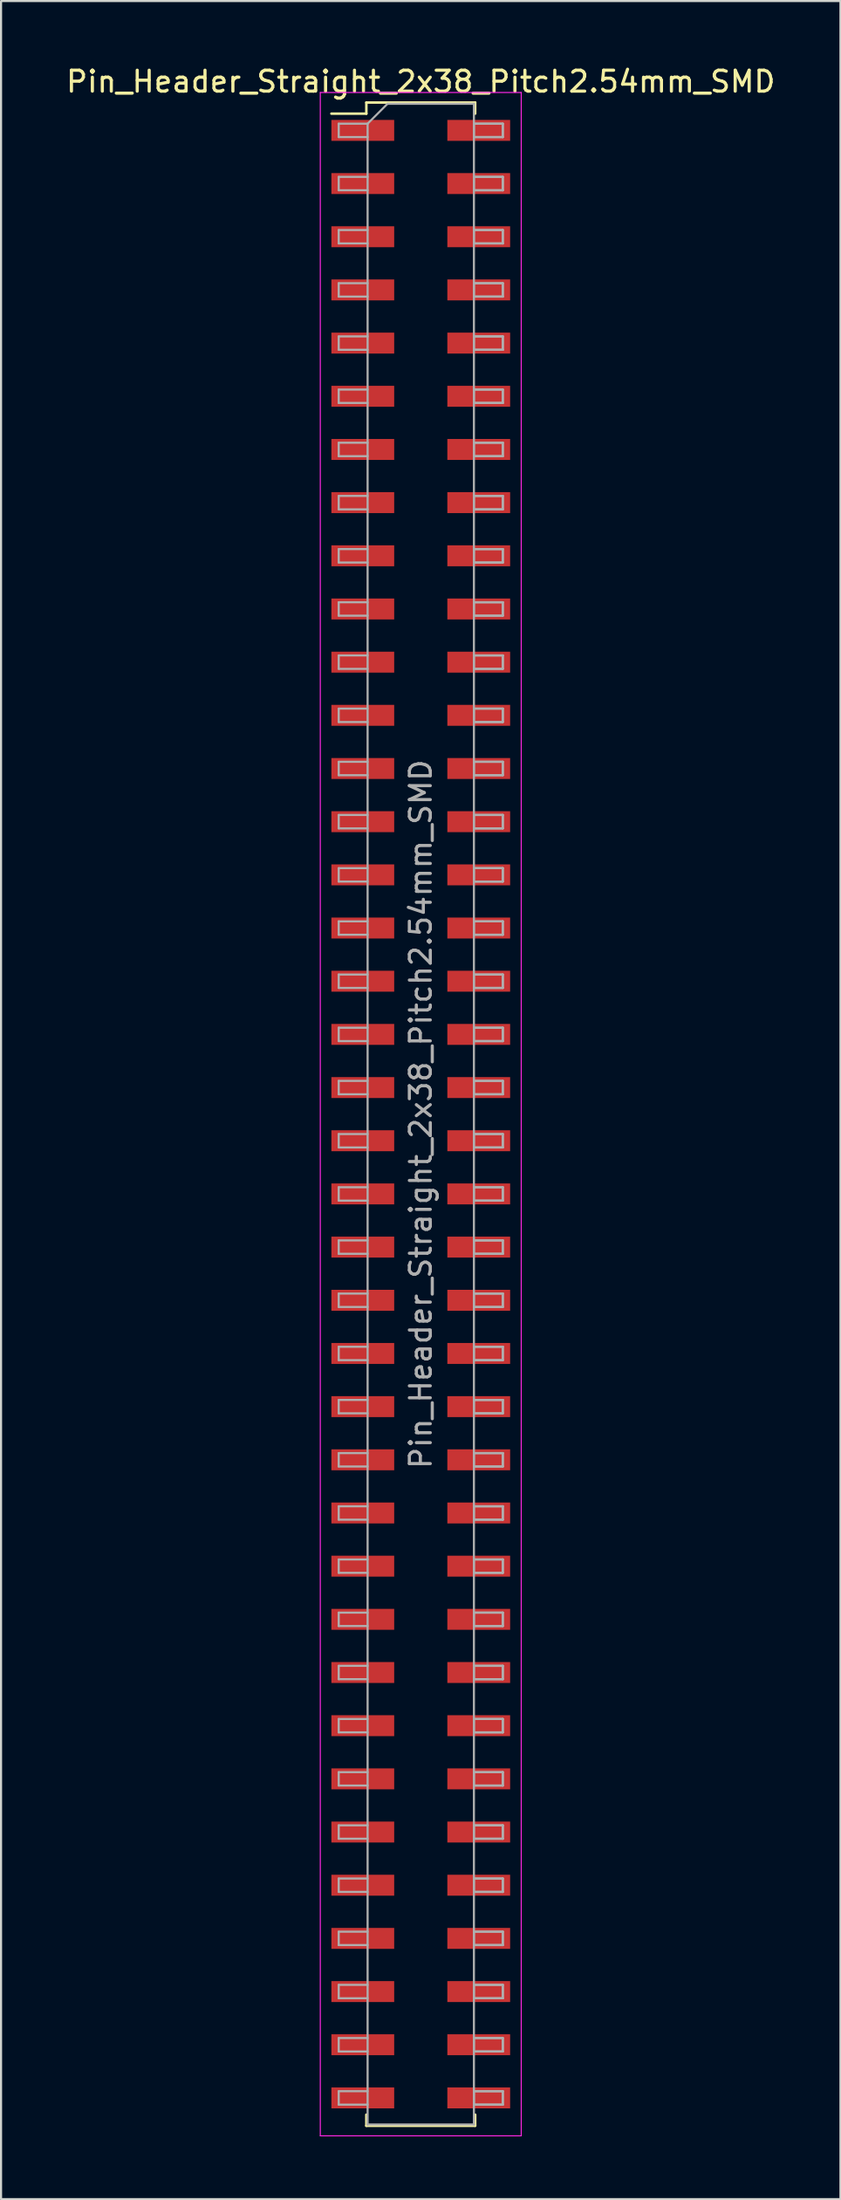
<source format=kicad_pcb>
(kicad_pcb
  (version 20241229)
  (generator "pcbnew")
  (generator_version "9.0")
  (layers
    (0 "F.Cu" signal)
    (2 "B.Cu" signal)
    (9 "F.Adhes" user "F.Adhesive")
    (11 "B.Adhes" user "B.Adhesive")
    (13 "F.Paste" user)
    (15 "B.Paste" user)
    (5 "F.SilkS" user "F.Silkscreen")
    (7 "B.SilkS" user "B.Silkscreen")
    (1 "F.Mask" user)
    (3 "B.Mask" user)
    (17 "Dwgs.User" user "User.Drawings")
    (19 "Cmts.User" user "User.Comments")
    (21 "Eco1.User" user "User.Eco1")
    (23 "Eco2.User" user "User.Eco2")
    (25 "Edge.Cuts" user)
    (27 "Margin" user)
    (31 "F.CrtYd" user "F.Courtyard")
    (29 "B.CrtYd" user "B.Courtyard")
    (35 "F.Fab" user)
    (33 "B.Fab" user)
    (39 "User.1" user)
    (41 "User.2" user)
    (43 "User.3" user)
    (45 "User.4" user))
  (footprint "Pin_Header_Straight_2x38_Pitch2.54mm_SMD"
    (layer "F.Cu")
    (at 17.054 50.168)
    (property "Reference" "Pin_Header_Straight_2x38_Pitch2.54mm_SMD" (at 0 -49.32 0) (layer "F.SilkS") (effects (font (size 1 1) (thickness 0.15))))
    (attr smd)
    (fp_line (start -4.27 -47.79) (end -2.6 -47.79) (stroke (width 0.12) (type solid)) (layer "F.SilkS"))
    (fp_line (start -2.6 -48.32) (end 2.6 -48.32) (stroke (width 0.12) (type solid)) (layer "F.SilkS"))
    (fp_line (start -2.6 -47.79) (end -2.6 -48.32) (stroke (width 0.12) (type solid)) (layer "F.SilkS"))
    (fp_line (start -2.6 47.79) (end -2.6 48.32) (stroke (width 0.12) (type solid)) (layer "F.SilkS"))
    (fp_line (start -2.6 48.32) (end 2.6 48.32) (stroke (width 0.12) (type solid)) (layer "F.SilkS"))
    (fp_line (start 2.6 -48.32) (end 2.6 -47.79) (stroke (width 0.12) (type solid)) (layer "F.SilkS"))
    (fp_line (start 2.6 48.32) (end 2.6 47.79) (stroke (width 0.12) (type solid)) (layer "F.SilkS"))
    (fp_line (start -4.8 -48.8) (end -4.8 48.8) (stroke (width 0.05) (type solid)) (layer "F.CrtYd"))
    (fp_line (start -4.8 48.8) (end 4.8 48.8) (stroke (width 0.05) (type solid)) (layer "F.CrtYd"))
    (fp_line (start 4.8 -48.8) (end -4.8 -48.8) (stroke (width 0.05) (type solid)) (layer "F.CrtYd"))
    (fp_line (start 4.8 48.8) (end 4.8 -48.8) (stroke (width 0.05) (type solid)) (layer "F.CrtYd"))
    (fp_line (start -3.92 -47.31) (end -3.92 -46.67) (stroke (width 0.1) (type solid)) (layer "F.Fab"))
    (fp_line (start -3.92 -46.67) (end -2.54 -46.67) (stroke (width 0.1) (type solid)) (layer "F.Fab"))
    (fp_line (start -3.92 -44.77) (end -3.92 -44.13) (stroke (width 0.1) (type solid)) (layer "F.Fab"))
    (fp_line (start -3.92 -44.13) (end -2.54 -44.13) (stroke (width 0.1) (type solid)) (layer "F.Fab"))
    (fp_line (start -3.92 -42.23) (end -3.92 -41.59) (stroke (width 0.1) (type solid)) (layer "F.Fab"))
    (fp_line (start -3.92 -41.59) (end -2.54 -41.59) (stroke (width 0.1) (type solid)) (layer "F.Fab"))
    (fp_line (start -3.92 -39.69) (end -3.92 -39.05) (stroke (width 0.1) (type solid)) (layer "F.Fab"))
    (fp_line (start -3.92 -39.05) (end -2.54 -39.05) (stroke (width 0.1) (type solid)) (layer "F.Fab"))
    (fp_line (start -3.92 -37.15) (end -3.92 -36.51) (stroke (width 0.1) (type solid)) (layer "F.Fab"))
    (fp_line (start -3.92 -36.51) (end -2.54 -36.51) (stroke (width 0.1) (type solid)) (layer "F.Fab"))
    (fp_line (start -3.92 -34.61) (end -3.92 -33.97) (stroke (width 0.1) (type solid)) (layer "F.Fab"))
    (fp_line (start -3.92 -33.97) (end -2.54 -33.97) (stroke (width 0.1) (type solid)) (layer "F.Fab"))
    (fp_line (start -3.92 -32.07) (end -3.92 -31.43) (stroke (width 0.1) (type solid)) (layer "F.Fab"))
    (fp_line (start -3.92 -31.43) (end -2.54 -31.43) (stroke (width 0.1) (type solid)) (layer "F.Fab"))
    (fp_line (start -3.92 -29.53) (end -3.92 -28.89) (stroke (width 0.1) (type solid)) (layer "F.Fab"))
    (fp_line (start -3.92 -28.89) (end -2.54 -28.89) (stroke (width 0.1) (type solid)) (layer "F.Fab"))
    (fp_line (start -3.92 -26.99) (end -3.92 -26.35) (stroke (width 0.1) (type solid)) (layer "F.Fab"))
    (fp_line (start -3.92 -26.35) (end -2.54 -26.35) (stroke (width 0.1) (type solid)) (layer "F.Fab"))
    (fp_line (start -3.92 -24.45) (end -3.92 -23.81) (stroke (width 0.1) (type solid)) (layer "F.Fab"))
    (fp_line (start -3.92 -23.81) (end -2.54 -23.81) (stroke (width 0.1) (type solid)) (layer "F.Fab"))
    (fp_line (start -3.92 -21.91) (end -3.92 -21.27) (stroke (width 0.1) (type solid)) (layer "F.Fab"))
    (fp_line (start -3.92 -21.27) (end -2.54 -21.27) (stroke (width 0.1) (type solid)) (layer "F.Fab"))
    (fp_line (start -3.92 -19.37) (end -3.92 -18.73) (stroke (width 0.1) (type solid)) (layer "F.Fab"))
    (fp_line (start -3.92 -18.73) (end -2.54 -18.73) (stroke (width 0.1) (type solid)) (layer "F.Fab"))
    (fp_line (start -3.92 -16.83) (end -3.92 -16.19) (stroke (width 0.1) (type solid)) (layer "F.Fab"))
    (fp_line (start -3.92 -16.19) (end -2.54 -16.19) (stroke (width 0.1) (type solid)) (layer "F.Fab"))
    (fp_line (start -3.92 -14.29) (end -3.92 -13.65) (stroke (width 0.1) (type solid)) (layer "F.Fab"))
    (fp_line (start -3.92 -13.65) (end -2.54 -13.65) (stroke (width 0.1) (type solid)) (layer "F.Fab"))
    (fp_line (start -3.92 -11.75) (end -3.92 -11.11) (stroke (width 0.1) (type solid)) (layer "F.Fab"))
    (fp_line (start -3.92 -11.11) (end -2.54 -11.11) (stroke (width 0.1) (type solid)) (layer "F.Fab"))
    (fp_line (start -3.92 -9.21) (end -3.92 -8.57) (stroke (width 0.1) (type solid)) (layer "F.Fab"))
    (fp_line (start -3.92 -8.57) (end -2.54 -8.57) (stroke (width 0.1) (type solid)) (layer "F.Fab"))
    (fp_line (start -3.92 -6.67) (end -3.92 -6.03) (stroke (width 0.1) (type solid)) (layer "F.Fab"))
    (fp_line (start -3.92 -6.03) (end -2.54 -6.03) (stroke (width 0.1) (type solid)) (layer "F.Fab"))
    (fp_line (start -3.92 -4.13) (end -3.92 -3.49) (stroke (width 0.1) (type solid)) (layer "F.Fab"))
    (fp_line (start -3.92 -3.49) (end -2.54 -3.49) (stroke (width 0.1) (type solid)) (layer "F.Fab"))
    (fp_line (start -3.92 -1.59) (end -3.92 -0.95) (stroke (width 0.1) (type solid)) (layer "F.Fab"))
    (fp_line (start -3.92 -0.95) (end -2.54 -0.95) (stroke (width 0.1) (type solid)) (layer "F.Fab"))
    (fp_line (start -3.92 0.95) (end -3.92 1.59) (stroke (width 0.1) (type solid)) (layer "F.Fab"))
    (fp_line (start -3.92 1.59) (end -2.54 1.59) (stroke (width 0.1) (type solid)) (layer "F.Fab"))
    (fp_line (start -3.92 3.49) (end -3.92 4.13) (stroke (width 0.1) (type solid)) (layer "F.Fab"))
    (fp_line (start -3.92 4.13) (end -2.54 4.13) (stroke (width 0.1) (type solid)) (layer "F.Fab"))
    (fp_line (start -3.92 6.03) (end -3.92 6.67) (stroke (width 0.1) (type solid)) (layer "F.Fab"))
    (fp_line (start -3.92 6.67) (end -2.54 6.67) (stroke (width 0.1) (type solid)) (layer "F.Fab"))
    (fp_line (start -3.92 8.57) (end -3.92 9.21) (stroke (width 0.1) (type solid)) (layer "F.Fab"))
    (fp_line (start -3.92 9.21) (end -2.54 9.21) (stroke (width 0.1) (type solid)) (layer "F.Fab"))
    (fp_line (start -3.92 11.11) (end -3.92 11.75) (stroke (width 0.1) (type solid)) (layer "F.Fab"))
    (fp_line (start -3.92 11.75) (end -2.54 11.75) (stroke (width 0.1) (type solid)) (layer "F.Fab"))
    (fp_line (start -3.92 13.65) (end -3.92 14.29) (stroke (width 0.1) (type solid)) (layer "F.Fab"))
    (fp_line (start -3.92 14.29) (end -2.54 14.29) (stroke (width 0.1) (type solid)) (layer "F.Fab"))
    (fp_line (start -3.92 16.19) (end -3.92 16.83) (stroke (width 0.1) (type solid)) (layer "F.Fab"))
    (fp_line (start -3.92 16.83) (end -2.54 16.83) (stroke (width 0.1) (type solid)) (layer "F.Fab"))
    (fp_line (start -3.92 18.73) (end -3.92 19.37) (stroke (width 0.1) (type solid)) (layer "F.Fab"))
    (fp_line (start -3.92 19.37) (end -2.54 19.37) (stroke (width 0.1) (type solid)) (layer "F.Fab"))
    (fp_line (start -3.92 21.27) (end -3.92 21.91) (stroke (width 0.1) (type solid)) (layer "F.Fab"))
    (fp_line (start -3.92 21.91) (end -2.54 21.91) (stroke (width 0.1) (type solid)) (layer "F.Fab"))
    (fp_line (start -3.92 23.81) (end -3.92 24.45) (stroke (width 0.1) (type solid)) (layer "F.Fab"))
    (fp_line (start -3.92 24.45) (end -2.54 24.45) (stroke (width 0.1) (type solid)) (layer "F.Fab"))
    (fp_line (start -3.92 26.35) (end -3.92 26.99) (stroke (width 0.1) (type solid)) (layer "F.Fab"))
    (fp_line (start -3.92 26.99) (end -2.54 26.99) (stroke (width 0.1) (type solid)) (layer "F.Fab"))
    (fp_line (start -3.92 28.89) (end -3.92 29.53) (stroke (width 0.1) (type solid)) (layer "F.Fab"))
    (fp_line (start -3.92 29.53) (end -2.54 29.53) (stroke (width 0.1) (type solid)) (layer "F.Fab"))
    (fp_line (start -3.92 31.43) (end -3.92 32.07) (stroke (width 0.1) (type solid)) (layer "F.Fab"))
    (fp_line (start -3.92 32.07) (end -2.54 32.07) (stroke (width 0.1) (type solid)) (layer "F.Fab"))
    (fp_line (start -3.92 33.97) (end -3.92 34.61) (stroke (width 0.1) (type solid)) (layer "F.Fab"))
    (fp_line (start -3.92 34.61) (end -2.54 34.61) (stroke (width 0.1) (type solid)) (layer "F.Fab"))
    (fp_line (start -3.92 36.51) (end -3.92 37.15) (stroke (width 0.1) (type solid)) (layer "F.Fab"))
    (fp_line (start -3.92 37.15) (end -2.54 37.15) (stroke (width 0.1) (type solid)) (layer "F.Fab"))
    (fp_line (start -3.92 39.05) (end -3.92 39.69) (stroke (width 0.1) (type solid)) (layer "F.Fab"))
    (fp_line (start -3.92 39.69) (end -2.54 39.69) (stroke (width 0.1) (type solid)) (layer "F.Fab"))
    (fp_line (start -3.92 41.59) (end -3.92 42.23) (stroke (width 0.1) (type solid)) (layer "F.Fab"))
    (fp_line (start -3.92 42.23) (end -2.54 42.23) (stroke (width 0.1) (type solid)) (layer "F.Fab"))
    (fp_line (start -3.92 44.13) (end -3.92 44.77) (stroke (width 0.1) (type solid)) (layer "F.Fab"))
    (fp_line (start -3.92 44.77) (end -2.54 44.77) (stroke (width 0.1) (type solid)) (layer "F.Fab"))
    (fp_line (start -3.92 46.67) (end -3.92 47.31) (stroke (width 0.1) (type solid)) (layer "F.Fab"))
    (fp_line (start -3.92 47.31) (end -2.54 47.31) (stroke (width 0.1) (type solid)) (layer "F.Fab"))
    (fp_line (start -2.54 -47.31) (end -3.92 -47.31) (stroke (width 0.1) (type solid)) (layer "F.Fab"))
    (fp_line (start -2.54 -47.31) (end -1.59 -48.26) (stroke (width 0.1) (type solid)) (layer "F.Fab"))
    (fp_line (start -2.54 -44.77) (end -3.92 -44.77) (stroke (width 0.1) (type solid)) (layer "F.Fab"))
    (fp_line (start -2.54 -42.23) (end -3.92 -42.23) (stroke (width 0.1) (type solid)) (layer "F.Fab"))
    (fp_line (start -2.54 -39.69) (end -3.92 -39.69) (stroke (width 0.1) (type solid)) (layer "F.Fab"))
    (fp_line (start -2.54 -37.15) (end -3.92 -37.15) (stroke (width 0.1) (type solid)) (layer "F.Fab"))
    (fp_line (start -2.54 -34.61) (end -3.92 -34.61) (stroke (width 0.1) (type solid)) (layer "F.Fab"))
    (fp_line (start -2.54 -32.07) (end -3.92 -32.07) (stroke (width 0.1) (type solid)) (layer "F.Fab"))
    (fp_line (start -2.54 -29.53) (end -3.92 -29.53) (stroke (width 0.1) (type solid)) (layer "F.Fab"))
    (fp_line (start -2.54 -26.99) (end -3.92 -26.99) (stroke (width 0.1) (type solid)) (layer "F.Fab"))
    (fp_line (start -2.54 -24.45) (end -3.92 -24.45) (stroke (width 0.1) (type solid)) (layer "F.Fab"))
    (fp_line (start -2.54 -21.91) (end -3.92 -21.91) (stroke (width 0.1) (type solid)) (layer "F.Fab"))
    (fp_line (start -2.54 -19.37) (end -3.92 -19.37) (stroke (width 0.1) (type solid)) (layer "F.Fab"))
    (fp_line (start -2.54 -16.83) (end -3.92 -16.83) (stroke (width 0.1) (type solid)) (layer "F.Fab"))
    (fp_line (start -2.54 -14.29) (end -3.92 -14.29) (stroke (width 0.1) (type solid)) (layer "F.Fab"))
    (fp_line (start -2.54 -11.75) (end -3.92 -11.75) (stroke (width 0.1) (type solid)) (layer "F.Fab"))
    (fp_line (start -2.54 -9.21) (end -3.92 -9.21) (stroke (width 0.1) (type solid)) (layer "F.Fab"))
    (fp_line (start -2.54 -6.67) (end -3.92 -6.67) (stroke (width 0.1) (type solid)) (layer "F.Fab"))
    (fp_line (start -2.54 -4.13) (end -3.92 -4.13) (stroke (width 0.1) (type solid)) (layer "F.Fab"))
    (fp_line (start -2.54 -1.59) (end -3.92 -1.59) (stroke (width 0.1) (type solid)) (layer "F.Fab"))
    (fp_line (start -2.54 0.95) (end -3.92 0.95) (stroke (width 0.1) (type solid)) (layer "F.Fab"))
    (fp_line (start -2.54 3.49) (end -3.92 3.49) (stroke (width 0.1) (type solid)) (layer "F.Fab"))
    (fp_line (start -2.54 6.03) (end -3.92 6.03) (stroke (width 0.1) (type solid)) (layer "F.Fab"))
    (fp_line (start -2.54 8.57) (end -3.92 8.57) (stroke (width 0.1) (type solid)) (layer "F.Fab"))
    (fp_line (start -2.54 11.11) (end -3.92 11.11) (stroke (width 0.1) (type solid)) (layer "F.Fab"))
    (fp_line (start -2.54 13.65) (end -3.92 13.65) (stroke (width 0.1) (type solid)) (layer "F.Fab"))
    (fp_line (start -2.54 16.19) (end -3.92 16.19) (stroke (width 0.1) (type solid)) (layer "F.Fab"))
    (fp_line (start -2.54 18.73) (end -3.92 18.73) (stroke (width 0.1) (type solid)) (layer "F.Fab"))
    (fp_line (start -2.54 21.27) (end -3.92 21.27) (stroke (width 0.1) (type solid)) (layer "F.Fab"))
    (fp_line (start -2.54 23.81) (end -3.92 23.81) (stroke (width 0.1) (type solid)) (layer "F.Fab"))
    (fp_line (start -2.54 26.35) (end -3.92 26.35) (stroke (width 0.1) (type solid)) (layer "F.Fab"))
    (fp_line (start -2.54 28.89) (end -3.92 28.89) (stroke (width 0.1) (type solid)) (layer "F.Fab"))
    (fp_line (start -2.54 31.43) (end -3.92 31.43) (stroke (width 0.1) (type solid)) (layer "F.Fab"))
    (fp_line (start -2.54 33.97) (end -3.92 33.97) (stroke (width 0.1) (type solid)) (layer "F.Fab"))
    (fp_line (start -2.54 36.51) (end -3.92 36.51) (stroke (width 0.1) (type solid)) (layer "F.Fab"))
    (fp_line (start -2.54 39.05) (end -3.92 39.05) (stroke (width 0.1) (type solid)) (layer "F.Fab"))
    (fp_line (start -2.54 41.59) (end -3.92 41.59) (stroke (width 0.1) (type solid)) (layer "F.Fab"))
    (fp_line (start -2.54 44.13) (end -3.92 44.13) (stroke (width 0.1) (type solid)) (layer "F.Fab"))
    (fp_line (start -2.54 46.67) (end -3.92 46.67) (stroke (width 0.1) (type solid)) (layer "F.Fab"))
    (fp_line (start -2.54 48.26) (end -2.54 -47.31) (stroke (width 0.1) (type solid)) (layer "F.Fab"))
    (fp_line (start -1.59 -48.26) (end 2.54 -48.26) (stroke (width 0.1) (type solid)) (layer "F.Fab"))
    (fp_line (start 2.54 -48.26) (end 2.54 48.26) (stroke (width 0.1) (type solid)) (layer "F.Fab"))
    (fp_line (start 2.54 -47.31) (end 2.54 -46.67) (stroke (width 0.1) (type solid)) (layer "F.Fab"))
    (fp_line (start 2.54 -47.31) (end 3.92 -47.31) (stroke (width 0.1) (type solid)) (layer "F.Fab"))
    (fp_line (start 2.54 -46.67) (end 3.92 -46.67) (stroke (width 0.1) (type solid)) (layer "F.Fab"))
    (fp_line (start 2.54 -44.77) (end 2.54 -44.13) (stroke (width 0.1) (type solid)) (layer "F.Fab"))
    (fp_line (start 2.54 -44.77) (end 3.92 -44.77) (stroke (width 0.1) (type solid)) (layer "F.Fab"))
    (fp_line (start 2.54 -44.13) (end 3.92 -44.13) (stroke (width 0.1) (type solid)) (layer "F.Fab"))
    (fp_line (start 2.54 -42.23) (end 2.54 -41.59) (stroke (width 0.1) (type solid)) (layer "F.Fab"))
    (fp_line (start 2.54 -42.23) (end 3.92 -42.23) (stroke (width 0.1) (type solid)) (layer "F.Fab"))
    (fp_line (start 2.54 -41.59) (end 3.92 -41.59) (stroke (width 0.1) (type solid)) (layer "F.Fab"))
    (fp_line (start 2.54 -39.69) (end 2.54 -39.05) (stroke (width 0.1) (type solid)) (layer "F.Fab"))
    (fp_line (start 2.54 -39.69) (end 3.92 -39.69) (stroke (width 0.1) (type solid)) (layer "F.Fab"))
    (fp_line (start 2.54 -39.05) (end 3.92 -39.05) (stroke (width 0.1) (type solid)) (layer "F.Fab"))
    (fp_line (start 2.54 -37.15) (end 2.54 -36.51) (stroke (width 0.1) (type solid)) (layer "F.Fab"))
    (fp_line (start 2.54 -37.15) (end 3.92 -37.15) (stroke (width 0.1) (type solid)) (layer "F.Fab"))
    (fp_line (start 2.54 -36.51) (end 3.92 -36.51) (stroke (width 0.1) (type solid)) (layer "F.Fab"))
    (fp_line (start 2.54 -34.61) (end 2.54 -33.97) (stroke (width 0.1) (type solid)) (layer "F.Fab"))
    (fp_line (start 2.54 -34.61) (end 3.92 -34.61) (stroke (width 0.1) (type solid)) (layer "F.Fab"))
    (fp_line (start 2.54 -33.97) (end 3.92 -33.97) (stroke (width 0.1) (type solid)) (layer "F.Fab"))
    (fp_line (start 2.54 -32.07) (end 2.54 -31.43) (stroke (width 0.1) (type solid)) (layer "F.Fab"))
    (fp_line (start 2.54 -32.07) (end 3.92 -32.07) (stroke (width 0.1) (type solid)) (layer "F.Fab"))
    (fp_line (start 2.54 -31.43) (end 3.92 -31.43) (stroke (width 0.1) (type solid)) (layer "F.Fab"))
    (fp_line (start 2.54 -29.53) (end 2.54 -28.89) (stroke (width 0.1) (type solid)) (layer "F.Fab"))
    (fp_line (start 2.54 -29.53) (end 3.92 -29.53) (stroke (width 0.1) (type solid)) (layer "F.Fab"))
    (fp_line (start 2.54 -28.89) (end 3.92 -28.89) (stroke (width 0.1) (type solid)) (layer "F.Fab"))
    (fp_line (start 2.54 -26.99) (end 2.54 -26.35) (stroke (width 0.1) (type solid)) (layer "F.Fab"))
    (fp_line (start 2.54 -26.99) (end 3.92 -26.99) (stroke (width 0.1) (type solid)) (layer "F.Fab"))
    (fp_line (start 2.54 -26.35) (end 3.92 -26.35) (stroke (width 0.1) (type solid)) (layer "F.Fab"))
    (fp_line (start 2.54 -24.45) (end 2.54 -23.81) (stroke (width 0.1) (type solid)) (layer "F.Fab"))
    (fp_line (start 2.54 -24.45) (end 3.92 -24.45) (stroke (width 0.1) (type solid)) (layer "F.Fab"))
    (fp_line (start 2.54 -23.81) (end 3.92 -23.81) (stroke (width 0.1) (type solid)) (layer "F.Fab"))
    (fp_line (start 2.54 -21.91) (end 2.54 -21.27) (stroke (width 0.1) (type solid)) (layer "F.Fab"))
    (fp_line (start 2.54 -21.91) (end 3.92 -21.91) (stroke (width 0.1) (type solid)) (layer "F.Fab"))
    (fp_line (start 2.54 -21.27) (end 3.92 -21.27) (stroke (width 0.1) (type solid)) (layer "F.Fab"))
    (fp_line (start 2.54 -19.37) (end 2.54 -18.73) (stroke (width 0.1) (type solid)) (layer "F.Fab"))
    (fp_line (start 2.54 -19.37) (end 3.92 -19.37) (stroke (width 0.1) (type solid)) (layer "F.Fab"))
    (fp_line (start 2.54 -18.73) (end 3.92 -18.73) (stroke (width 0.1) (type solid)) (layer "F.Fab"))
    (fp_line (start 2.54 -16.83) (end 2.54 -16.19) (stroke (width 0.1) (type solid)) (layer "F.Fab"))
    (fp_line (start 2.54 -16.83) (end 3.92 -16.83) (stroke (width 0.1) (type solid)) (layer "F.Fab"))
    (fp_line (start 2.54 -16.19) (end 3.92 -16.19) (stroke (width 0.1) (type solid)) (layer "F.Fab"))
    (fp_line (start 2.54 -14.29) (end 2.54 -13.65) (stroke (width 0.1) (type solid)) (layer "F.Fab"))
    (fp_line (start 2.54 -14.29) (end 3.92 -14.29) (stroke (width 0.1) (type solid)) (layer "F.Fab"))
    (fp_line (start 2.54 -13.65) (end 3.92 -13.65) (stroke (width 0.1) (type solid)) (layer "F.Fab"))
    (fp_line (start 2.54 -11.75) (end 2.54 -11.11) (stroke (width 0.1) (type solid)) (layer "F.Fab"))
    (fp_line (start 2.54 -11.75) (end 3.92 -11.75) (stroke (width 0.1) (type solid)) (layer "F.Fab"))
    (fp_line (start 2.54 -11.11) (end 3.92 -11.11) (stroke (width 0.1) (type solid)) (layer "F.Fab"))
    (fp_line (start 2.54 -9.21) (end 2.54 -8.57) (stroke (width 0.1) (type solid)) (layer "F.Fab"))
    (fp_line (start 2.54 -9.21) (end 3.92 -9.21) (stroke (width 0.1) (type solid)) (layer "F.Fab"))
    (fp_line (start 2.54 -8.57) (end 3.92 -8.57) (stroke (width 0.1) (type solid)) (layer "F.Fab"))
    (fp_line (start 2.54 -6.67) (end 2.54 -6.03) (stroke (width 0.1) (type solid)) (layer "F.Fab"))
    (fp_line (start 2.54 -6.67) (end 3.92 -6.67) (stroke (width 0.1) (type solid)) (layer "F.Fab"))
    (fp_line (start 2.54 -6.03) (end 3.92 -6.03) (stroke (width 0.1) (type solid)) (layer "F.Fab"))
    (fp_line (start 2.54 -4.13) (end 2.54 -3.49) (stroke (width 0.1) (type solid)) (layer "F.Fab"))
    (fp_line (start 2.54 -4.13) (end 3.92 -4.13) (stroke (width 0.1) (type solid)) (layer "F.Fab"))
    (fp_line (start 2.54 -3.49) (end 3.92 -3.49) (stroke (width 0.1) (type solid)) (layer "F.Fab"))
    (fp_line (start 2.54 -1.59) (end 2.54 -0.95) (stroke (width 0.1) (type solid)) (layer "F.Fab"))
    (fp_line (start 2.54 -1.59) (end 3.92 -1.59) (stroke (width 0.1) (type solid)) (layer "F.Fab"))
    (fp_line (start 2.54 -0.95) (end 3.92 -0.95) (stroke (width 0.1) (type solid)) (layer "F.Fab"))
    (fp_line (start 2.54 0.95) (end 2.54 1.59) (stroke (width 0.1) (type solid)) (layer "F.Fab"))
    (fp_line (start 2.54 0.95) (end 3.92 0.95) (stroke (width 0.1) (type solid)) (layer "F.Fab"))
    (fp_line (start 2.54 1.59) (end 3.92 1.59) (stroke (width 0.1) (type solid)) (layer "F.Fab"))
    (fp_line (start 2.54 3.49) (end 2.54 4.13) (stroke (width 0.1) (type solid)) (layer "F.Fab"))
    (fp_line (start 2.54 3.49) (end 3.92 3.49) (stroke (width 0.1) (type solid)) (layer "F.Fab"))
    (fp_line (start 2.54 4.13) (end 3.92 4.13) (stroke (width 0.1) (type solid)) (layer "F.Fab"))
    (fp_line (start 2.54 6.03) (end 2.54 6.67) (stroke (width 0.1) (type solid)) (layer "F.Fab"))
    (fp_line (start 2.54 6.03) (end 3.92 6.03) (stroke (width 0.1) (type solid)) (layer "F.Fab"))
    (fp_line (start 2.54 6.67) (end 3.92 6.67) (stroke (width 0.1) (type solid)) (layer "F.Fab"))
    (fp_line (start 2.54 8.57) (end 2.54 9.21) (stroke (width 0.1) (type solid)) (layer "F.Fab"))
    (fp_line (start 2.54 8.57) (end 3.92 8.57) (stroke (width 0.1) (type solid)) (layer "F.Fab"))
    (fp_line (start 2.54 9.21) (end 3.92 9.21) (stroke (width 0.1) (type solid)) (layer "F.Fab"))
    (fp_line (start 2.54 11.11) (end 2.54 11.75) (stroke (width 0.1) (type solid)) (layer "F.Fab"))
    (fp_line (start 2.54 11.11) (end 3.92 11.11) (stroke (width 0.1) (type solid)) (layer "F.Fab"))
    (fp_line (start 2.54 11.75) (end 3.92 11.75) (stroke (width 0.1) (type solid)) (layer "F.Fab"))
    (fp_line (start 2.54 13.65) (end 2.54 14.29) (stroke (width 0.1) (type solid)) (layer "F.Fab"))
    (fp_line (start 2.54 13.65) (end 3.92 13.65) (stroke (width 0.1) (type solid)) (layer "F.Fab"))
    (fp_line (start 2.54 14.29) (end 3.92 14.29) (stroke (width 0.1) (type solid)) (layer "F.Fab"))
    (fp_line (start 2.54 16.19) (end 2.54 16.83) (stroke (width 0.1) (type solid)) (layer "F.Fab"))
    (fp_line (start 2.54 16.19) (end 3.92 16.19) (stroke (width 0.1) (type solid)) (layer "F.Fab"))
    (fp_line (start 2.54 16.83) (end 3.92 16.83) (stroke (width 0.1) (type solid)) (layer "F.Fab"))
    (fp_line (start 2.54 18.73) (end 2.54 19.37) (stroke (width 0.1) (type solid)) (layer "F.Fab"))
    (fp_line (start 2.54 18.73) (end 3.92 18.73) (stroke (width 0.1) (type solid)) (layer "F.Fab"))
    (fp_line (start 2.54 19.37) (end 3.92 19.37) (stroke (width 0.1) (type solid)) (layer "F.Fab"))
    (fp_line (start 2.54 21.27) (end 2.54 21.91) (stroke (width 0.1) (type solid)) (layer "F.Fab"))
    (fp_line (start 2.54 21.27) (end 3.92 21.27) (stroke (width 0.1) (type solid)) (layer "F.Fab"))
    (fp_line (start 2.54 21.91) (end 3.92 21.91) (stroke (width 0.1) (type solid)) (layer "F.Fab"))
    (fp_line (start 2.54 23.81) (end 2.54 24.45) (stroke (width 0.1) (type solid)) (layer "F.Fab"))
    (fp_line (start 2.54 23.81) (end 3.92 23.81) (stroke (width 0.1) (type solid)) (layer "F.Fab"))
    (fp_line (start 2.54 24.45) (end 3.92 24.45) (stroke (width 0.1) (type solid)) (layer "F.Fab"))
    (fp_line (start 2.54 26.35) (end 2.54 26.99) (stroke (width 0.1) (type solid)) (layer "F.Fab"))
    (fp_line (start 2.54 26.35) (end 3.92 26.35) (stroke (width 0.1) (type solid)) (layer "F.Fab"))
    (fp_line (start 2.54 26.99) (end 3.92 26.99) (stroke (width 0.1) (type solid)) (layer "F.Fab"))
    (fp_line (start 2.54 28.89) (end 2.54 29.53) (stroke (width 0.1) (type solid)) (layer "F.Fab"))
    (fp_line (start 2.54 28.89) (end 3.92 28.89) (stroke (width 0.1) (type solid)) (layer "F.Fab"))
    (fp_line (start 2.54 29.53) (end 3.92 29.53) (stroke (width 0.1) (type solid)) (layer "F.Fab"))
    (fp_line (start 2.54 31.43) (end 2.54 32.07) (stroke (width 0.1) (type solid)) (layer "F.Fab"))
    (fp_line (start 2.54 31.43) (end 3.92 31.43) (stroke (width 0.1) (type solid)) (layer "F.Fab"))
    (fp_line (start 2.54 32.07) (end 3.92 32.07) (stroke (width 0.1) (type solid)) (layer "F.Fab"))
    (fp_line (start 2.54 33.97) (end 2.54 34.61) (stroke (width 0.1) (type solid)) (layer "F.Fab"))
    (fp_line (start 2.54 33.97) (end 3.92 33.97) (stroke (width 0.1) (type solid)) (layer "F.Fab"))
    (fp_line (start 2.54 34.61) (end 3.92 34.61) (stroke (width 0.1) (type solid)) (layer "F.Fab"))
    (fp_line (start 2.54 36.51) (end 2.54 37.15) (stroke (width 0.1) (type solid)) (layer "F.Fab"))
    (fp_line (start 2.54 36.51) (end 3.92 36.51) (stroke (width 0.1) (type solid)) (layer "F.Fab"))
    (fp_line (start 2.54 37.15) (end 3.92 37.15) (stroke (width 0.1) (type solid)) (layer "F.Fab"))
    (fp_line (start 2.54 39.05) (end 2.54 39.69) (stroke (width 0.1) (type solid)) (layer "F.Fab"))
    (fp_line (start 2.54 39.05) (end 3.92 39.05) (stroke (width 0.1) (type solid)) (layer "F.Fab"))
    (fp_line (start 2.54 39.69) (end 3.92 39.69) (stroke (width 0.1) (type solid)) (layer "F.Fab"))
    (fp_line (start 2.54 41.59) (end 2.54 42.23) (stroke (width 0.1) (type solid)) (layer "F.Fab"))
    (fp_line (start 2.54 41.59) (end 3.92 41.59) (stroke (width 0.1) (type solid)) (layer "F.Fab"))
    (fp_line (start 2.54 42.23) (end 3.92 42.23) (stroke (width 0.1) (type solid)) (layer "F.Fab"))
    (fp_line (start 2.54 44.13) (end 2.54 44.77) (stroke (width 0.1) (type solid)) (layer "F.Fab"))
    (fp_line (start 2.54 44.13) (end 3.92 44.13) (stroke (width 0.1) (type solid)) (layer "F.Fab"))
    (fp_line (start 2.54 44.77) (end 3.92 44.77) (stroke (width 0.1) (type solid)) (layer "F.Fab"))
    (fp_line (start 2.54 46.67) (end 2.54 47.31) (stroke (width 0.1) (type solid)) (layer "F.Fab"))
    (fp_line (start 2.54 46.67) (end 3.92 46.67) (stroke (width 0.1) (type solid)) (layer "F.Fab"))
    (fp_line (start 2.54 47.31) (end 3.92 47.31) (stroke (width 0.1) (type solid)) (layer "F.Fab"))
    (fp_line (start 2.54 48.26) (end -2.54 48.26) (stroke (width 0.1) (type solid)) (layer "F.Fab"))
    (fp_line (start 3.92 -47.31) (end 2.54 -47.31) (stroke (width 0.1) (type solid)) (layer "F.Fab"))
    (fp_line (start 3.92 -47.31) (end 3.92 -46.67) (stroke (width 0.1) (type solid)) (layer "F.Fab"))
    (fp_line (start 3.92 -46.67) (end 2.54 -46.67) (stroke (width 0.1) (type solid)) (layer "F.Fab"))
    (fp_line (start 3.92 -46.67) (end 3.92 -47.31) (stroke (width 0.1) (type solid)) (layer "F.Fab"))
    (fp_line (start 3.92 -44.77) (end 2.54 -44.77) (stroke (width 0.1) (type solid)) (layer "F.Fab"))
    (fp_line (start 3.92 -44.77) (end 3.92 -44.13) (stroke (width 0.1) (type solid)) (layer "F.Fab"))
    (fp_line (start 3.92 -44.13) (end 2.54 -44.13) (stroke (width 0.1) (type solid)) (layer "F.Fab"))
    (fp_line (start 3.92 -44.13) (end 3.92 -44.77) (stroke (width 0.1) (type solid)) (layer "F.Fab"))
    (fp_line (start 3.92 -42.23) (end 2.54 -42.23) (stroke (width 0.1) (type solid)) (layer "F.Fab"))
    (fp_line (start 3.92 -42.23) (end 3.92 -41.59) (stroke (width 0.1) (type solid)) (layer "F.Fab"))
    (fp_line (start 3.92 -41.59) (end 2.54 -41.59) (stroke (width 0.1) (type solid)) (layer "F.Fab"))
    (fp_line (start 3.92 -41.59) (end 3.92 -42.23) (stroke (width 0.1) (type solid)) (layer "F.Fab"))
    (fp_line (start 3.92 -39.69) (end 2.54 -39.69) (stroke (width 0.1) (type solid)) (layer "F.Fab"))
    (fp_line (start 3.92 -39.69) (end 3.92 -39.05) (stroke (width 0.1) (type solid)) (layer "F.Fab"))
    (fp_line (start 3.92 -39.05) (end 2.54 -39.05) (stroke (width 0.1) (type solid)) (layer "F.Fab"))
    (fp_line (start 3.92 -39.05) (end 3.92 -39.69) (stroke (width 0.1) (type solid)) (layer "F.Fab"))
    (fp_line (start 3.92 -37.15) (end 2.54 -37.15) (stroke (width 0.1) (type solid)) (layer "F.Fab"))
    (fp_line (start 3.92 -37.15) (end 3.92 -36.51) (stroke (width 0.1) (type solid)) (layer "F.Fab"))
    (fp_line (start 3.92 -36.51) (end 2.54 -36.51) (stroke (width 0.1) (type solid)) (layer "F.Fab"))
    (fp_line (start 3.92 -36.51) (end 3.92 -37.15) (stroke (width 0.1) (type solid)) (layer "F.Fab"))
    (fp_line (start 3.92 -34.61) (end 2.54 -34.61) (stroke (width 0.1) (type solid)) (layer "F.Fab"))
    (fp_line (start 3.92 -34.61) (end 3.92 -33.97) (stroke (width 0.1) (type solid)) (layer "F.Fab"))
    (fp_line (start 3.92 -33.97) (end 2.54 -33.97) (stroke (width 0.1) (type solid)) (layer "F.Fab"))
    (fp_line (start 3.92 -33.97) (end 3.92 -34.61) (stroke (width 0.1) (type solid)) (layer "F.Fab"))
    (fp_line (start 3.92 -32.07) (end 2.54 -32.07) (stroke (width 0.1) (type solid)) (layer "F.Fab"))
    (fp_line (start 3.92 -32.07) (end 3.92 -31.43) (stroke (width 0.1) (type solid)) (layer "F.Fab"))
    (fp_line (start 3.92 -31.43) (end 2.54 -31.43) (stroke (width 0.1) (type solid)) (layer "F.Fab"))
    (fp_line (start 3.92 -31.43) (end 3.92 -32.07) (stroke (width 0.1) (type solid)) (layer "F.Fab"))
    (fp_line (start 3.92 -29.53) (end 2.54 -29.53) (stroke (width 0.1) (type solid)) (layer "F.Fab"))
    (fp_line (start 3.92 -29.53) (end 3.92 -28.89) (stroke (width 0.1) (type solid)) (layer "F.Fab"))
    (fp_line (start 3.92 -28.89) (end 2.54 -28.89) (stroke (width 0.1) (type solid)) (layer "F.Fab"))
    (fp_line (start 3.92 -28.89) (end 3.92 -29.53) (stroke (width 0.1) (type solid)) (layer "F.Fab"))
    (fp_line (start 3.92 -26.99) (end 2.54 -26.99) (stroke (width 0.1) (type solid)) (layer "F.Fab"))
    (fp_line (start 3.92 -26.99) (end 3.92 -26.35) (stroke (width 0.1) (type solid)) (layer "F.Fab"))
    (fp_line (start 3.92 -26.35) (end 2.54 -26.35) (stroke (width 0.1) (type solid)) (layer "F.Fab"))
    (fp_line (start 3.92 -26.35) (end 3.92 -26.99) (stroke (width 0.1) (type solid)) (layer "F.Fab"))
    (fp_line (start 3.92 -24.45) (end 2.54 -24.45) (stroke (width 0.1) (type solid)) (layer "F.Fab"))
    (fp_line (start 3.92 -24.45) (end 3.92 -23.81) (stroke (width 0.1) (type solid)) (layer "F.Fab"))
    (fp_line (start 3.92 -23.81) (end 2.54 -23.81) (stroke (width 0.1) (type solid)) (layer "F.Fab"))
    (fp_line (start 3.92 -23.81) (end 3.92 -24.45) (stroke (width 0.1) (type solid)) (layer "F.Fab"))
    (fp_line (start 3.92 -21.91) (end 2.54 -21.91) (stroke (width 0.1) (type solid)) (layer "F.Fab"))
    (fp_line (start 3.92 -21.91) (end 3.92 -21.27) (stroke (width 0.1) (type solid)) (layer "F.Fab"))
    (fp_line (start 3.92 -21.27) (end 2.54 -21.27) (stroke (width 0.1) (type solid)) (layer "F.Fab"))
    (fp_line (start 3.92 -21.27) (end 3.92 -21.91) (stroke (width 0.1) (type solid)) (layer "F.Fab"))
    (fp_line (start 3.92 -19.37) (end 2.54 -19.37) (stroke (width 0.1) (type solid)) (layer "F.Fab"))
    (fp_line (start 3.92 -19.37) (end 3.92 -18.73) (stroke (width 0.1) (type solid)) (layer "F.Fab"))
    (fp_line (start 3.92 -18.73) (end 2.54 -18.73) (stroke (width 0.1) (type solid)) (layer "F.Fab"))
    (fp_line (start 3.92 -18.73) (end 3.92 -19.37) (stroke (width 0.1) (type solid)) (layer "F.Fab"))
    (fp_line (start 3.92 -16.83) (end 2.54 -16.83) (stroke (width 0.1) (type solid)) (layer "F.Fab"))
    (fp_line (start 3.92 -16.83) (end 3.92 -16.19) (stroke (width 0.1) (type solid)) (layer "F.Fab"))
    (fp_line (start 3.92 -16.19) (end 2.54 -16.19) (stroke (width 0.1) (type solid)) (layer "F.Fab"))
    (fp_line (start 3.92 -16.19) (end 3.92 -16.83) (stroke (width 0.1) (type solid)) (layer "F.Fab"))
    (fp_line (start 3.92 -14.29) (end 2.54 -14.29) (stroke (width 0.1) (type solid)) (layer "F.Fab"))
    (fp_line (start 3.92 -14.29) (end 3.92 -13.65) (stroke (width 0.1) (type solid)) (layer "F.Fab"))
    (fp_line (start 3.92 -13.65) (end 2.54 -13.65) (stroke (width 0.1) (type solid)) (layer "F.Fab"))
    (fp_line (start 3.92 -13.65) (end 3.92 -14.29) (stroke (width 0.1) (type solid)) (layer "F.Fab"))
    (fp_line (start 3.92 -11.75) (end 2.54 -11.75) (stroke (width 0.1) (type solid)) (layer "F.Fab"))
    (fp_line (start 3.92 -11.75) (end 3.92 -11.11) (stroke (width 0.1) (type solid)) (layer "F.Fab"))
    (fp_line (start 3.92 -11.11) (end 2.54 -11.11) (stroke (width 0.1) (type solid)) (layer "F.Fab"))
    (fp_line (start 3.92 -11.11) (end 3.92 -11.75) (stroke (width 0.1) (type solid)) (layer "F.Fab"))
    (fp_line (start 3.92 -9.21) (end 2.54 -9.21) (stroke (width 0.1) (type solid)) (layer "F.Fab"))
    (fp_line (start 3.92 -9.21) (end 3.92 -8.57) (stroke (width 0.1) (type solid)) (layer "F.Fab"))
    (fp_line (start 3.92 -8.57) (end 2.54 -8.57) (stroke (width 0.1) (type solid)) (layer "F.Fab"))
    (fp_line (start 3.92 -8.57) (end 3.92 -9.21) (stroke (width 0.1) (type solid)) (layer "F.Fab"))
    (fp_line (start 3.92 -6.67) (end 2.54 -6.67) (stroke (width 0.1) (type solid)) (layer "F.Fab"))
    (fp_line (start 3.92 -6.67) (end 3.92 -6.03) (stroke (width 0.1) (type solid)) (layer "F.Fab"))
    (fp_line (start 3.92 -6.03) (end 2.54 -6.03) (stroke (width 0.1) (type solid)) (layer "F.Fab"))
    (fp_line (start 3.92 -6.03) (end 3.92 -6.67) (stroke (width 0.1) (type solid)) (layer "F.Fab"))
    (fp_line (start 3.92 -4.13) (end 2.54 -4.13) (stroke (width 0.1) (type solid)) (layer "F.Fab"))
    (fp_line (start 3.92 -4.13) (end 3.92 -3.49) (stroke (width 0.1) (type solid)) (layer "F.Fab"))
    (fp_line (start 3.92 -3.49) (end 2.54 -3.49) (stroke (width 0.1) (type solid)) (layer "F.Fab"))
    (fp_line (start 3.92 -3.49) (end 3.92 -4.13) (stroke (width 0.1) (type solid)) (layer "F.Fab"))
    (fp_line (start 3.92 -1.59) (end 2.54 -1.59) (stroke (width 0.1) (type solid)) (layer "F.Fab"))
    (fp_line (start 3.92 -1.59) (end 3.92 -0.95) (stroke (width 0.1) (type solid)) (layer "F.Fab"))
    (fp_line (start 3.92 -0.95) (end 2.54 -0.95) (stroke (width 0.1) (type solid)) (layer "F.Fab"))
    (fp_line (start 3.92 -0.95) (end 3.92 -1.59) (stroke (width 0.1) (type solid)) (layer "F.Fab"))
    (fp_line (start 3.92 0.95) (end 2.54 0.95) (stroke (width 0.1) (type solid)) (layer "F.Fab"))
    (fp_line (start 3.92 0.95) (end 3.92 1.59) (stroke (width 0.1) (type solid)) (layer "F.Fab"))
    (fp_line (start 3.92 1.59) (end 2.54 1.59) (stroke (width 0.1) (type solid)) (layer "F.Fab"))
    (fp_line (start 3.92 1.59) (end 3.92 0.95) (stroke (width 0.1) (type solid)) (layer "F.Fab"))
    (fp_line (start 3.92 3.49) (end 2.54 3.49) (stroke (width 0.1) (type solid)) (layer "F.Fab"))
    (fp_line (start 3.92 3.49) (end 3.92 4.13) (stroke (width 0.1) (type solid)) (layer "F.Fab"))
    (fp_line (start 3.92 4.13) (end 2.54 4.13) (stroke (width 0.1) (type solid)) (layer "F.Fab"))
    (fp_line (start 3.92 4.13) (end 3.92 3.49) (stroke (width 0.1) (type solid)) (layer "F.Fab"))
    (fp_line (start 3.92 6.03) (end 2.54 6.03) (stroke (width 0.1) (type solid)) (layer "F.Fab"))
    (fp_line (start 3.92 6.03) (end 3.92 6.67) (stroke (width 0.1) (type solid)) (layer "F.Fab"))
    (fp_line (start 3.92 6.67) (end 2.54 6.67) (stroke (width 0.1) (type solid)) (layer "F.Fab"))
    (fp_line (start 3.92 6.67) (end 3.92 6.03) (stroke (width 0.1) (type solid)) (layer "F.Fab"))
    (fp_line (start 3.92 8.57) (end 2.54 8.57) (stroke (width 0.1) (type solid)) (layer "F.Fab"))
    (fp_line (start 3.92 8.57) (end 3.92 9.21) (stroke (width 0.1) (type solid)) (layer "F.Fab"))
    (fp_line (start 3.92 9.21) (end 2.54 9.21) (stroke (width 0.1) (type solid)) (layer "F.Fab"))
    (fp_line (start 3.92 9.21) (end 3.92 8.57) (stroke (width 0.1) (type solid)) (layer "F.Fab"))
    (fp_line (start 3.92 11.11) (end 2.54 11.11) (stroke (width 0.1) (type solid)) (layer "F.Fab"))
    (fp_line (start 3.92 11.11) (end 3.92 11.75) (stroke (width 0.1) (type solid)) (layer "F.Fab"))
    (fp_line (start 3.92 11.75) (end 2.54 11.75) (stroke (width 0.1) (type solid)) (layer "F.Fab"))
    (fp_line (start 3.92 11.75) (end 3.92 11.11) (stroke (width 0.1) (type solid)) (layer "F.Fab"))
    (fp_line (start 3.92 13.65) (end 2.54 13.65) (stroke (width 0.1) (type solid)) (layer "F.Fab"))
    (fp_line (start 3.92 13.65) (end 3.92 14.29) (stroke (width 0.1) (type solid)) (layer "F.Fab"))
    (fp_line (start 3.92 14.29) (end 2.54 14.29) (stroke (width 0.1) (type solid)) (layer "F.Fab"))
    (fp_line (start 3.92 14.29) (end 3.92 13.65) (stroke (width 0.1) (type solid)) (layer "F.Fab"))
    (fp_line (start 3.92 16.19) (end 2.54 16.19) (stroke (width 0.1) (type solid)) (layer "F.Fab"))
    (fp_line (start 3.92 16.19) (end 3.92 16.83) (stroke (width 0.1) (type solid)) (layer "F.Fab"))
    (fp_line (start 3.92 16.83) (end 2.54 16.83) (stroke (width 0.1) (type solid)) (layer "F.Fab"))
    (fp_line (start 3.92 16.83) (end 3.92 16.19) (stroke (width 0.1) (type solid)) (layer "F.Fab"))
    (fp_line (start 3.92 18.73) (end 2.54 18.73) (stroke (width 0.1) (type solid)) (layer "F.Fab"))
    (fp_line (start 3.92 18.73) (end 3.92 19.37) (stroke (width 0.1) (type solid)) (layer "F.Fab"))
    (fp_line (start 3.92 19.37) (end 2.54 19.37) (stroke (width 0.1) (type solid)) (layer "F.Fab"))
    (fp_line (start 3.92 19.37) (end 3.92 18.73) (stroke (width 0.1) (type solid)) (layer "F.Fab"))
    (fp_line (start 3.92 21.27) (end 2.54 21.27) (stroke (width 0.1) (type solid)) (layer "F.Fab"))
    (fp_line (start 3.92 21.27) (end 3.92 21.91) (stroke (width 0.1) (type solid)) (layer "F.Fab"))
    (fp_line (start 3.92 21.91) (end 2.54 21.91) (stroke (width 0.1) (type solid)) (layer "F.Fab"))
    (fp_line (start 3.92 21.91) (end 3.92 21.27) (stroke (width 0.1) (type solid)) (layer "F.Fab"))
    (fp_line (start 3.92 23.81) (end 2.54 23.81) (stroke (width 0.1) (type solid)) (layer "F.Fab"))
    (fp_line (start 3.92 23.81) (end 3.92 24.45) (stroke (width 0.1) (type solid)) (layer "F.Fab"))
    (fp_line (start 3.92 24.45) (end 2.54 24.45) (stroke (width 0.1) (type solid)) (layer "F.Fab"))
    (fp_line (start 3.92 24.45) (end 3.92 23.81) (stroke (width 0.1) (type solid)) (layer "F.Fab"))
    (fp_line (start 3.92 26.35) (end 2.54 26.35) (stroke (width 0.1) (type solid)) (layer "F.Fab"))
    (fp_line (start 3.92 26.35) (end 3.92 26.99) (stroke (width 0.1) (type solid)) (layer "F.Fab"))
    (fp_line (start 3.92 26.99) (end 2.54 26.99) (stroke (width 0.1) (type solid)) (layer "F.Fab"))
    (fp_line (start 3.92 26.99) (end 3.92 26.35) (stroke (width 0.1) (type solid)) (layer "F.Fab"))
    (fp_line (start 3.92 28.89) (end 2.54 28.89) (stroke (width 0.1) (type solid)) (layer "F.Fab"))
    (fp_line (start 3.92 28.89) (end 3.92 29.53) (stroke (width 0.1) (type solid)) (layer "F.Fab"))
    (fp_line (start 3.92 29.53) (end 2.54 29.53) (stroke (width 0.1) (type solid)) (layer "F.Fab"))
    (fp_line (start 3.92 29.53) (end 3.92 28.89) (stroke (width 0.1) (type solid)) (layer "F.Fab"))
    (fp_line (start 3.92 31.43) (end 2.54 31.43) (stroke (width 0.1) (type solid)) (layer "F.Fab"))
    (fp_line (start 3.92 31.43) (end 3.92 32.07) (stroke (width 0.1) (type solid)) (layer "F.Fab"))
    (fp_line (start 3.92 32.07) (end 2.54 32.07) (stroke (width 0.1) (type solid)) (layer "F.Fab"))
    (fp_line (start 3.92 32.07) (end 3.92 31.43) (stroke (width 0.1) (type solid)) (layer "F.Fab"))
    (fp_line (start 3.92 33.97) (end 2.54 33.97) (stroke (width 0.1) (type solid)) (layer "F.Fab"))
    (fp_line (start 3.92 33.97) (end 3.92 34.61) (stroke (width 0.1) (type solid)) (layer "F.Fab"))
    (fp_line (start 3.92 34.61) (end 2.54 34.61) (stroke (width 0.1) (type solid)) (layer "F.Fab"))
    (fp_line (start 3.92 34.61) (end 3.92 33.97) (stroke (width 0.1) (type solid)) (layer "F.Fab"))
    (fp_line (start 3.92 36.51) (end 2.54 36.51) (stroke (width 0.1) (type solid)) (layer "F.Fab"))
    (fp_line (start 3.92 36.51) (end 3.92 37.15) (stroke (width 0.1) (type solid)) (layer "F.Fab"))
    (fp_line (start 3.92 37.15) (end 2.54 37.15) (stroke (width 0.1) (type solid)) (layer "F.Fab"))
    (fp_line (start 3.92 37.15) (end 3.92 36.51) (stroke (width 0.1) (type solid)) (layer "F.Fab"))
    (fp_line (start 3.92 39.05) (end 2.54 39.05) (stroke (width 0.1) (type solid)) (layer "F.Fab"))
    (fp_line (start 3.92 39.05) (end 3.92 39.69) (stroke (width 0.1) (type solid)) (layer "F.Fab"))
    (fp_line (start 3.92 39.69) (end 2.54 39.69) (stroke (width 0.1) (type solid)) (layer "F.Fab"))
    (fp_line (start 3.92 39.69) (end 3.92 39.05) (stroke (width 0.1) (type solid)) (layer "F.Fab"))
    (fp_line (start 3.92 41.59) (end 2.54 41.59) (stroke (width 0.1) (type solid)) (layer "F.Fab"))
    (fp_line (start 3.92 41.59) (end 3.92 42.23) (stroke (width 0.1) (type solid)) (layer "F.Fab"))
    (fp_line (start 3.92 42.23) (end 2.54 42.23) (stroke (width 0.1) (type solid)) (layer "F.Fab"))
    (fp_line (start 3.92 42.23) (end 3.92 41.59) (stroke (width 0.1) (type solid)) (layer "F.Fab"))
    (fp_line (start 3.92 44.13) (end 2.54 44.13) (stroke (width 0.1) (type solid)) (layer "F.Fab"))
    (fp_line (start 3.92 44.13) (end 3.92 44.77) (stroke (width 0.1) (type solid)) (layer "F.Fab"))
    (fp_line (start 3.92 44.77) (end 2.54 44.77) (stroke (width 0.1) (type solid)) (layer "F.Fab"))
    (fp_line (start 3.92 44.77) (end 3.92 44.13) (stroke (width 0.1) (type solid)) (layer "F.Fab"))
    (fp_line (start 3.92 46.67) (end 2.54 46.67) (stroke (width 0.1) (type solid)) (layer "F.Fab"))
    (fp_line (start 3.92 46.67) (end 3.92 47.31) (stroke (width 0.1) (type solid)) (layer "F.Fab"))
    (fp_line (start 3.92 47.31) (end 2.54 47.31) (stroke (width 0.1) (type solid)) (layer "F.Fab"))
    (fp_line (start 3.92 47.31) (end 3.92 46.67) (stroke (width 0.1) (type solid)) (layer "F.Fab"))
    (fp_text user "${REFERENCE}" (at 0 0 90) (layer "F.Fab") (effects (font (size 1 1) (thickness 0.15))))
    (pad "1" smd rect (at -2.77 -46.99) (size 3 1) (layers "F.Cu" "F.Mask"))
    (pad "2" smd rect (at 2.77 -46.99) (size 3 1) (layers "F.Cu" "F.Mask"))
    (pad "3" smd rect (at -2.77 -44.45) (size 3 1) (layers "F.Cu" "F.Mask"))
    (pad "4" smd rect (at 2.77 -44.45) (size 3 1) (layers "F.Cu" "F.Mask"))
    (pad "5" smd rect (at -2.77 -41.91) (size 3 1) (layers "F.Cu" "F.Mask"))
    (pad "6" smd rect (at 2.77 -41.91) (size 3 1) (layers "F.Cu" "F.Mask"))
    (pad "7" smd rect (at -2.77 -39.37) (size 3 1) (layers "F.Cu" "F.Mask"))
    (pad "8" smd rect (at 2.77 -39.37) (size 3 1) (layers "F.Cu" "F.Mask"))
    (pad "9" smd rect (at -2.77 -36.83) (size 3 1) (layers "F.Cu" "F.Mask"))
    (pad "10" smd rect (at 2.77 -36.83) (size 3 1) (layers "F.Cu" "F.Mask"))
    (pad "11" smd rect (at -2.77 -34.29) (size 3 1) (layers "F.Cu" "F.Mask"))
    (pad "12" smd rect (at 2.77 -34.29) (size 3 1) (layers "F.Cu" "F.Mask"))
    (pad "13" smd rect (at -2.77 -31.75) (size 3 1) (layers "F.Cu" "F.Mask"))
    (pad "14" smd rect (at 2.77 -31.75) (size 3 1) (layers "F.Cu" "F.Mask"))
    (pad "15" smd rect (at -2.77 -29.21) (size 3 1) (layers "F.Cu" "F.Mask"))
    (pad "16" smd rect (at 2.77 -29.21) (size 3 1) (layers "F.Cu" "F.Mask"))
    (pad "17" smd rect (at -2.77 -26.67) (size 3 1) (layers "F.Cu" "F.Mask"))
    (pad "18" smd rect (at 2.77 -26.67) (size 3 1) (layers "F.Cu" "F.Mask"))
    (pad "19" smd rect (at -2.77 -24.13) (size 3 1) (layers "F.Cu" "F.Mask"))
    (pad "20" smd rect (at 2.77 -24.13) (size 3 1) (layers "F.Cu" "F.Mask"))
    (pad "21" smd rect (at -2.77 -21.59) (size 3 1) (layers "F.Cu" "F.Mask"))
    (pad "22" smd rect (at 2.77 -21.59) (size 3 1) (layers "F.Cu" "F.Mask"))
    (pad "23" smd rect (at -2.77 -19.05) (size 3 1) (layers "F.Cu" "F.Mask"))
    (pad "24" smd rect (at 2.77 -19.05) (size 3 1) (layers "F.Cu" "F.Mask"))
    (pad "25" smd rect (at -2.77 -16.51) (size 3 1) (layers "F.Cu" "F.Mask"))
    (pad "26" smd rect (at 2.77 -16.51) (size 3 1) (layers "F.Cu" "F.Mask"))
    (pad "27" smd rect (at -2.77 -13.97) (size 3 1) (layers "F.Cu" "F.Mask"))
    (pad "28" smd rect (at 2.77 -13.97) (size 3 1) (layers "F.Cu" "F.Mask"))
    (pad "29" smd rect (at -2.77 -11.43) (size 3 1) (layers "F.Cu" "F.Mask"))
    (pad "30" smd rect (at 2.77 -11.43) (size 3 1) (layers "F.Cu" "F.Mask"))
    (pad "31" smd rect (at -2.77 -8.89) (size 3 1) (layers "F.Cu" "F.Mask"))
    (pad "32" smd rect (at 2.77 -8.89) (size 3 1) (layers "F.Cu" "F.Mask"))
    (pad "33" smd rect (at -2.77 -6.35) (size 3 1) (layers "F.Cu" "F.Mask"))
    (pad "34" smd rect (at 2.77 -6.35) (size 3 1) (layers "F.Cu" "F.Mask"))
    (pad "35" smd rect (at -2.77 -3.81) (size 3 1) (layers "F.Cu" "F.Mask"))
    (pad "36" smd rect (at 2.77 -3.81) (size 3 1) (layers "F.Cu" "F.Mask"))
    (pad "37" smd rect (at -2.77 -1.27) (size 3 1) (layers "F.Cu" "F.Mask"))
    (pad "38" smd rect (at 2.77 -1.27) (size 3 1) (layers "F.Cu" "F.Mask"))
    (pad "39" smd rect (at -2.77 1.27) (size 3 1) (layers "F.Cu" "F.Mask"))
    (pad "40" smd rect (at 2.77 1.27) (size 3 1) (layers "F.Cu" "F.Mask"))
    (pad "41" smd rect (at -2.77 3.81) (size 3 1) (layers "F.Cu" "F.Mask"))
    (pad "42" smd rect (at 2.77 3.81) (size 3 1) (layers "F.Cu" "F.Mask"))
    (pad "43" smd rect (at -2.77 6.35) (size 3 1) (layers "F.Cu" "F.Mask"))
    (pad "44" smd rect (at 2.77 6.35) (size 3 1) (layers "F.Cu" "F.Mask"))
    (pad "45" smd rect (at -2.77 8.89) (size 3 1) (layers "F.Cu" "F.Mask"))
    (pad "46" smd rect (at 2.77 8.89) (size 3 1) (layers "F.Cu" "F.Mask"))
    (pad "47" smd rect (at -2.77 11.43) (size 3 1) (layers "F.Cu" "F.Mask"))
    (pad "48" smd rect (at 2.77 11.43) (size 3 1) (layers "F.Cu" "F.Mask"))
    (pad "49" smd rect (at -2.77 13.97) (size 3 1) (layers "F.Cu" "F.Mask"))
    (pad "50" smd rect (at 2.77 13.97) (size 3 1) (layers "F.Cu" "F.Mask"))
    (pad "51" smd rect (at -2.77 16.51) (size 3 1) (layers "F.Cu" "F.Mask"))
    (pad "52" smd rect (at 2.77 16.51) (size 3 1) (layers "F.Cu" "F.Mask"))
    (pad "53" smd rect (at -2.77 19.05) (size 3 1) (layers "F.Cu" "F.Mask"))
    (pad "54" smd rect (at 2.77 19.05) (size 3 1) (layers "F.Cu" "F.Mask"))
    (pad "55" smd rect (at -2.77 21.59) (size 3 1) (layers "F.Cu" "F.Mask"))
    (pad "56" smd rect (at 2.77 21.59) (size 3 1) (layers "F.Cu" "F.Mask"))
    (pad "57" smd rect (at -2.77 24.13) (size 3 1) (layers "F.Cu" "F.Mask"))
    (pad "58" smd rect (at 2.77 24.13) (size 3 1) (layers "F.Cu" "F.Mask"))
    (pad "59" smd rect (at -2.77 26.67) (size 3 1) (layers "F.Cu" "F.Mask"))
    (pad "60" smd rect (at 2.77 26.67) (size 3 1) (layers "F.Cu" "F.Mask"))
    (pad "61" smd rect (at -2.77 29.21) (size 3 1) (layers "F.Cu" "F.Mask"))
    (pad "62" smd rect (at 2.77 29.21) (size 3 1) (layers "F.Cu" "F.Mask"))
    (pad "63" smd rect (at -2.77 31.75) (size 3 1) (layers "F.Cu" "F.Mask"))
    (pad "64" smd rect (at 2.77 31.75) (size 3 1) (layers "F.Cu" "F.Mask"))
    (pad "65" smd rect (at -2.77 34.29) (size 3 1) (layers "F.Cu" "F.Mask"))
    (pad "66" smd rect (at 2.77 34.29) (size 3 1) (layers "F.Cu" "F.Mask"))
    (pad "67" smd rect (at -2.77 36.83) (size 3 1) (layers "F.Cu" "F.Mask"))
    (pad "68" smd rect (at 2.77 36.83) (size 3 1) (layers "F.Cu" "F.Mask"))
    (pad "69" smd rect (at -2.77 39.37) (size 3 1) (layers "F.Cu" "F.Mask"))
    (pad "70" smd rect (at 2.77 39.37) (size 3 1) (layers "F.Cu" "F.Mask"))
    (pad "71" smd rect (at -2.77 41.91) (size 3 1) (layers "F.Cu" "F.Mask"))
    (pad "72" smd rect (at 2.77 41.91) (size 3 1) (layers "F.Cu" "F.Mask"))
    (pad "73" smd rect (at -2.77 44.45) (size 3 1) (layers "F.Cu" "F.Mask"))
    (pad "74" smd rect (at 2.77 44.45) (size 3 1) (layers "F.Cu" "F.Mask"))
    (pad "75" smd rect (at -2.77 46.99) (size 3 1) (layers "F.Cu" "F.Mask"))
    (pad "76" smd rect (at 2.77 46.99) (size 3 1) (layers "F.Cu" "F.Mask")))
  (gr_rect
    (start -3 -3)
    (end 37.107 101.993)
    (stroke (width 0.1) (type default))
    (fill no)
    (layer "Edge.Cuts")))
</source>
